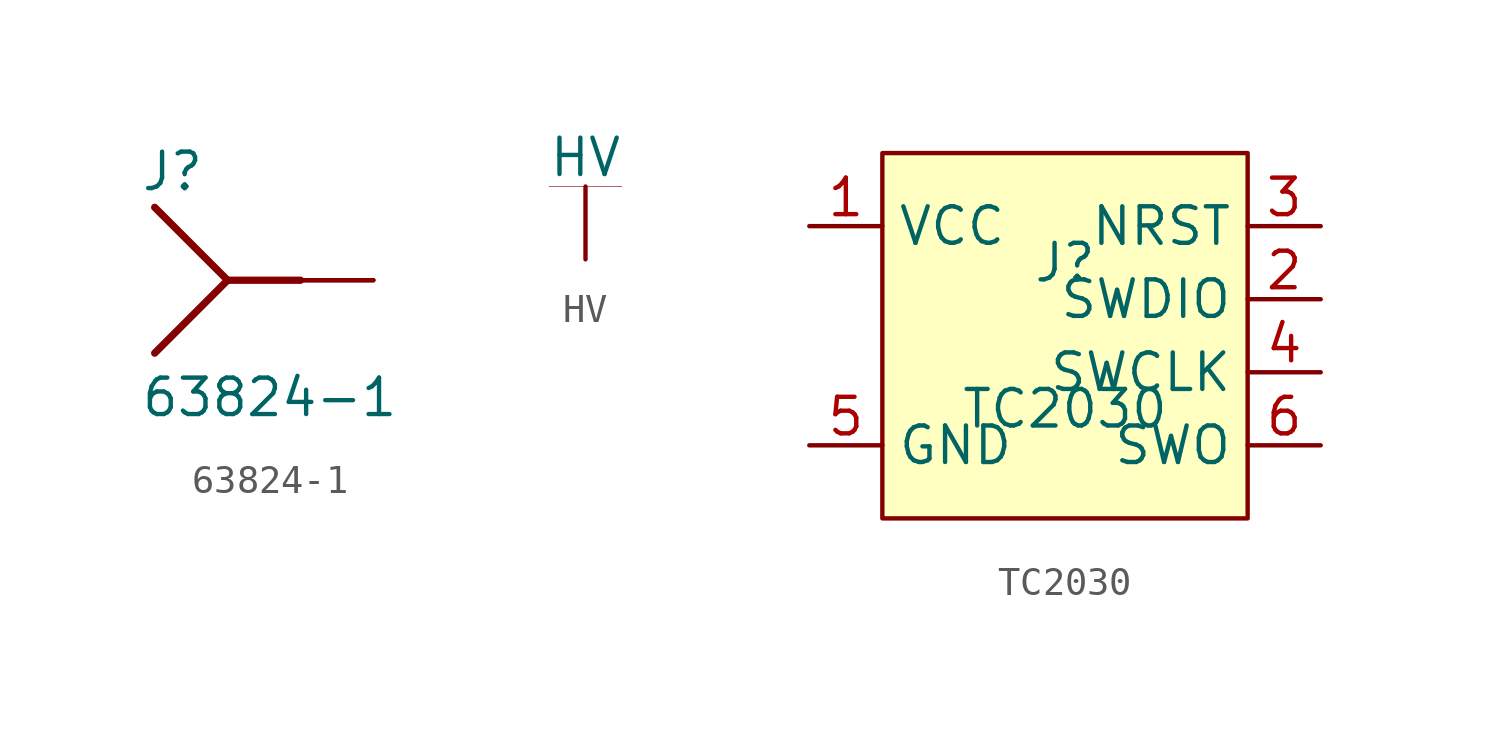
<source format=kicad_sym>
(kicad_symbol_lib
  (version 20211014)
  (generator kicad_symbol_editor)
  (symbol "63824-1"
    (pin_numbers hide)
    (pin_names
      (offset 1.016) hide)
    (property "Reference" "J"
      (at -3.048 3.048 0)
      (effects (font (size 1.27 1.27)) (justify left bottom)))
    (property "Value" "63824-1"
      (at -3.048 -4.826 0)
      (effects (font (size 1.27 1.27)) (justify left bottom)))
    (symbol "63824-1_0_0"
      (polyline (pts (xy 0 0) (xy -2.54 -2.54)) (stroke (width 0.254) (type default) (color 0 0 0 0)) (fill (type none)))
      (polyline (pts (xy 0 0) (xy -2.54 2.54)) (stroke (width 0.254) (type default) (color 0 0 0 0)) (fill (type none)))
      (polyline (pts (xy 2.54 0) (xy 0 0)) (stroke (width 0.254) (type default) (color 0 0 0 0)) (fill (type none)))
      (pin passive line (at 5.08 0 180) (length 2.54) (name "~" (effects (font (size 1.016 1.016)))) (number "1" (effects (font (size 1.016 1.016)))))
      (pin passive line (at 5.08 0 180) (length 2.54) (name "~" (effects (font (size 1.016 1.016)))) (number "2" (effects (font (size 1.016 1.016)))))))
  (symbol "HV"
    (power)
    (pin_names
      (offset 0))
    (property "Reference" "#PWR"
      (at 0 -3.81 0)
      (effects (font (size 1.27 1.27)) hide))
    (property "Value" "HV"
      (at 0 3.556 0)
      (effects (font (size 1.27 1.27))))
    (symbol "HV_0_1"
      (polyline (pts (xy -1.27 2.54) (xy 1.27 2.54)) (stroke (width 0.001) (type default) (color 0 0 0 0)) (fill (type none)))
      (polyline (pts (xy 0 0) (xy 0 2.54)) (stroke (width 0) (type default) (color 0 0 0 0)) (fill (type none))))
    (symbol "HV_1_1"
      (pin power_in line (at 0 0 90) (length 0) hide (name "HV" (effects (font (size 1.27 1.27)))) (number "1" (effects (font (size 1.27 1.27)))))))
  (symbol "TC2030"
    (property "Reference" "J"
      (at 0 2.54 0)
      (effects (font (size 1.27 1.27))))
    (property "Value" "TC2030"
      (at 0 -2.54 0)
      (effects (font (size 1.27 1.27))))
    (symbol "TC2030_0_1"
      (rectangle (start -6.35 6.35) (end 6.35 -6.35) (stroke (width 0.152) (type default) (color 0 0 0 0)) (fill (type background))))
    (symbol "TC2030_1_1"
      (pin input line (at -8.89 3.81 0) (length 2.54) (name "VCC" (effects (font (size 1.27 1.27)))) (number "1" (effects (font (size 1.27 1.27)))))
      (pin input line (at 8.89 1.27 180) (length 2.54) (name "SWDIO" (effects (font (size 1.27 1.27)))) (number "2" (effects (font (size 1.27 1.27)))))
      (pin input line (at 8.89 3.81 180) (length 2.54) (name "NRST" (effects (font (size 1.27 1.27)))) (number "3" (effects (font (size 1.27 1.27)))))
      (pin input line (at 8.89 -1.27 180) (length 2.54) (name "SWCLK" (effects (font (size 1.27 1.27)))) (number "4" (effects (font (size 1.27 1.27)))))
      (pin input line (at -8.89 -3.81 0) (length 2.54) (name "GND" (effects (font (size 1.27 1.27)))) (number "5" (effects (font (size 1.27 1.27)))))
      (pin input line (at 8.89 -3.81 180) (length 2.54) (name "SWO" (effects (font (size 1.27 1.27)))) (number "6" (effects (font (size 1.27 1.27))))))))
</source>
